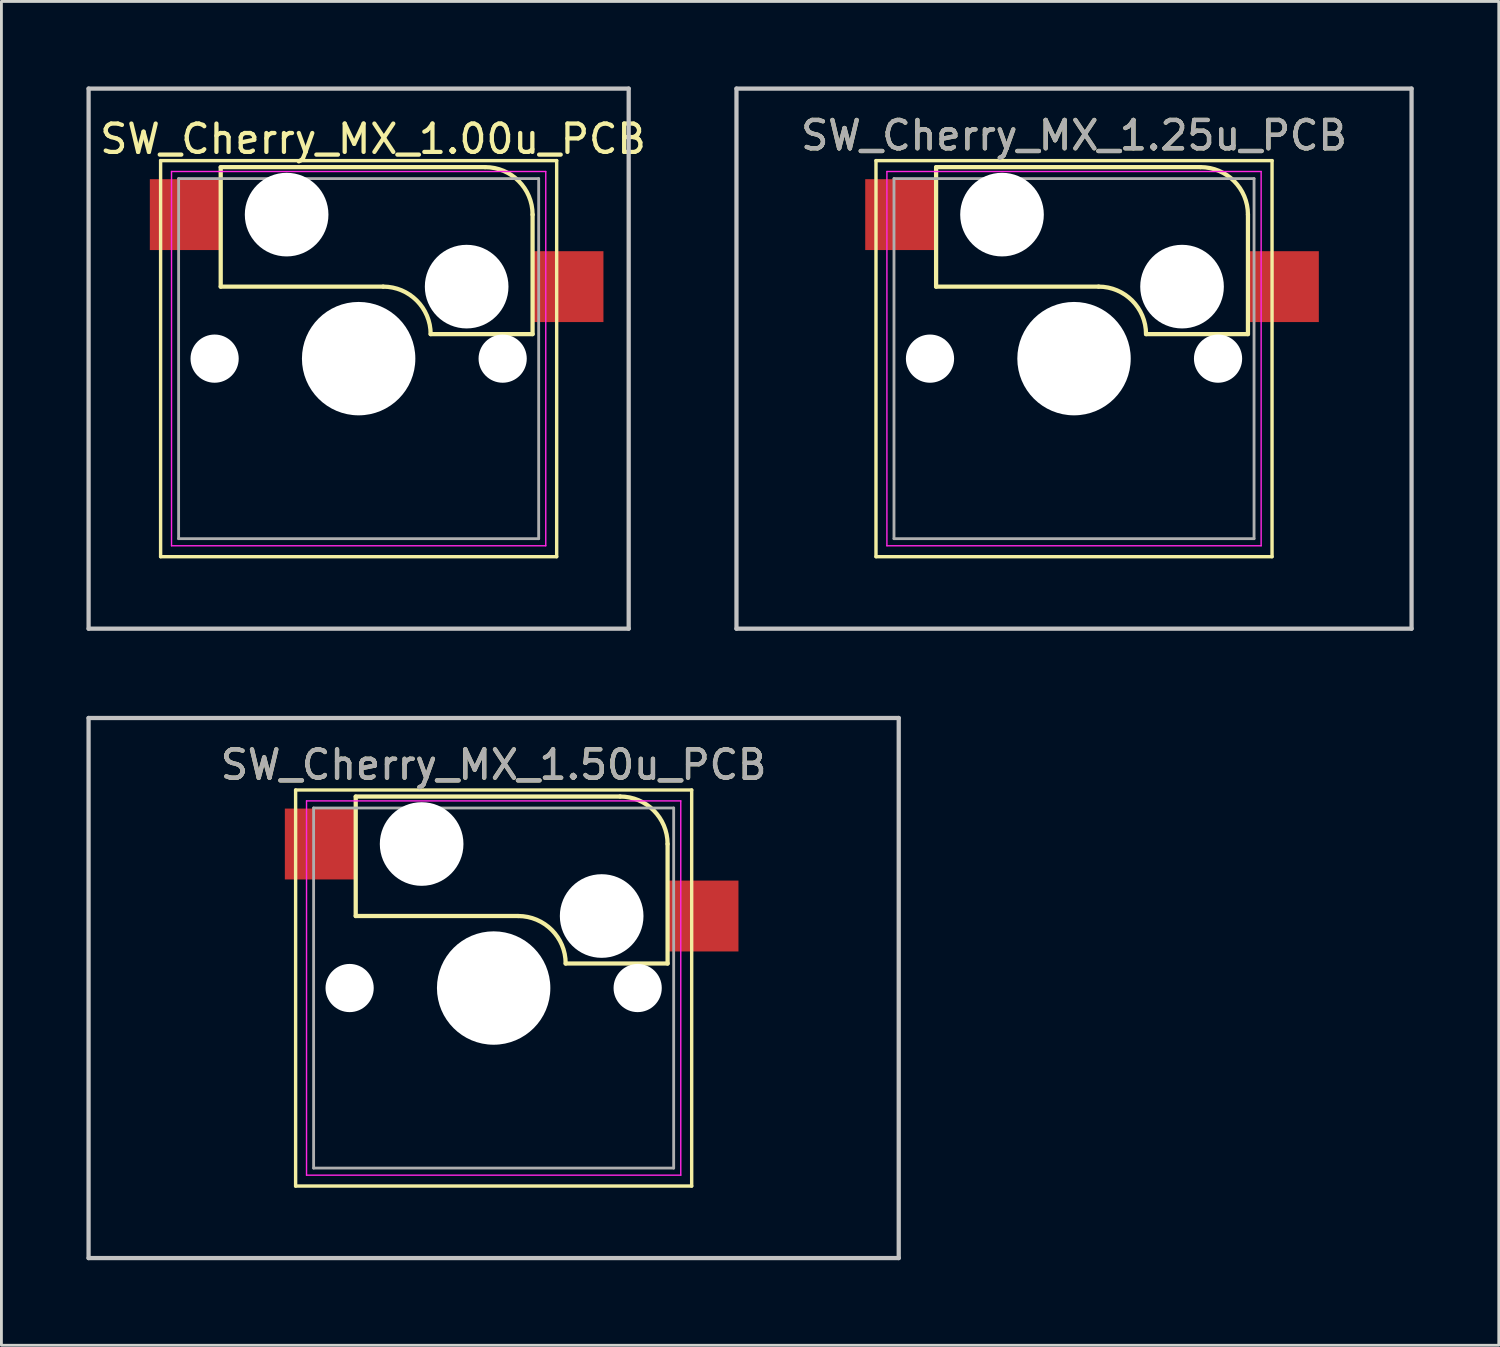
<source format=kicad_pcb>
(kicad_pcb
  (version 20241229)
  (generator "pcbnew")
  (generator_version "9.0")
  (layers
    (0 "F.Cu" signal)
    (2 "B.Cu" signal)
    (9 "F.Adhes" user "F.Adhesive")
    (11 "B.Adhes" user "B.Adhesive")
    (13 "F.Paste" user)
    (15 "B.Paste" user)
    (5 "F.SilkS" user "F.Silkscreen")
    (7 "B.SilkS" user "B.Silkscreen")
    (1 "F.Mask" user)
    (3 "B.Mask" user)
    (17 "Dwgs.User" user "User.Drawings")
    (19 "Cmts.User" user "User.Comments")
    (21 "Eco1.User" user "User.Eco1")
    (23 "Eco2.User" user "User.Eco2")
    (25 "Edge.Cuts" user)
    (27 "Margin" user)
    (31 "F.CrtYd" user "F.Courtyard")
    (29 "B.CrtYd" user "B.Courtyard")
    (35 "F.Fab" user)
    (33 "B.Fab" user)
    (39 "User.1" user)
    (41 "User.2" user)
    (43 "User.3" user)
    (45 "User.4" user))
  (footprint "SW_Cherry_MX_1.00u_PCB"
    (layer "F.Cu")
    (at 12.14 4.52)
    (property "Reference" "SW_Cherry_MX_1.00u_PCB" (at -2.032 -2.667 180) (layer "F.SilkS") (effects (font (size 1 1) (thickness 0.15))))
    (attr through_hole)
    (fp_line (start -9.525 -1.905) (end 4.445 -1.905) (stroke (width 0.12) (type solid)) (layer "F.SilkS"))
    (fp_line (start -9.525 12.065) (end -9.525 -1.905) (stroke (width 0.12) (type solid)) (layer "F.SilkS"))
    (fp_line (start -7.405 -1.67) (end -7.405 2.54) (stroke (width 0.15) (type solid)) (layer "F.SilkS"))
    (fp_line (start -1.675 2.54) (end -7.405 2.54) (stroke (width 0.15) (type solid)) (layer "F.SilkS"))
    (fp_line (start 1.92 -1.675) (end -7.405 -1.675) (stroke (width 0.15) (type solid)) (layer "F.SilkS"))
    (fp_line (start 3.595 0) (end 3.595 4.215) (stroke (width 0.15) (type solid)) (layer "F.SilkS"))
    (fp_line (start 3.595 4.215) (end 0 4.215) (stroke (width 0.15) (type solid)) (layer "F.SilkS"))
    (fp_line (start 4.445 -1.905) (end 4.445 12.065) (stroke (width 0.12) (type solid)) (layer "F.SilkS"))
    (fp_line (start 4.445 12.065) (end -9.525 12.065) (stroke (width 0.12) (type solid)) (layer "F.SilkS"))
    (fp_arc (start -1.675 2.54) (mid -0.490596 3.030596) (end 0 4.215) (stroke (width 0.15) (type solid)) (layer "F.SilkS"))
    (fp_arc (start 1.92 -1.675) (mid 3.104404 -1.184404) (end 3.595 0) (stroke (width 0.15) (type solid)) (layer "F.SilkS"))
    (fp_line (start -12.065 -4.445) (end 6.985 -4.445) (stroke (width 0.15) (type solid)) (layer "Dwgs.User"))
    (fp_line (start -12.065 14.605) (end -12.065 -4.445) (stroke (width 0.15) (type solid)) (layer "Dwgs.User"))
    (fp_line (start 6.985 -4.445) (end 6.985 14.605) (stroke (width 0.15) (type solid)) (layer "Dwgs.User"))
    (fp_line (start 6.985 14.605) (end -12.065 14.605) (stroke (width 0.15) (type solid)) (layer "Dwgs.User"))
    (fp_line (start -9.14 -1.52) (end 4.06 -1.52) (stroke (width 0.05) (type solid)) (layer "F.CrtYd"))
    (fp_line (start -9.14 11.68) (end -9.14 -1.52) (stroke (width 0.05) (type solid)) (layer "F.CrtYd"))
    (fp_line (start 4.06 -1.52) (end 4.06 11.68) (stroke (width 0.05) (type solid)) (layer "F.CrtYd"))
    (fp_line (start 4.06 11.68) (end -9.14 11.68) (stroke (width 0.05) (type solid)) (layer "F.CrtYd"))
    (fp_line (start -8.89 -1.27) (end 3.81 -1.27) (stroke (width 0.1) (type solid)) (layer "F.Fab"))
    (fp_line (start -8.89 11.43) (end -8.89 -1.27) (stroke (width 0.1) (type solid)) (layer "F.Fab"))
    (fp_line (start 3.81 -1.27) (end 3.81 11.43) (stroke (width 0.1) (type solid)) (layer "F.Fab"))
    (fp_line (start 3.81 11.43) (end -8.89 11.43) (stroke (width 0.1) (type solid)) (layer "F.Fab"))
    (pad "" np_thru_hole circle (at -7.62 5.08) (size 1.7 1.7) (drill 1.7) (layers "*.Cu" "*.Mask"))
    (pad "" np_thru_hole circle (at -5.08 0) (size 2.95 2.95) (drill 2.95) (layers "*.Cu" "*.Mask"))
    (pad "" np_thru_hole circle (at -2.54 5.08) (size 4 4) (drill 4) (layers "*.Cu" "*.Mask"))
    (pad "" np_thru_hole circle (at 1.27 2.54) (size 2.95 2.95) (drill 2.95) (layers "*.Cu" "*.Mask"))
    (pad "" np_thru_hole circle (at 2.54 5.08) (size 1.7 1.7) (drill 1.7) (layers "*.Cu" "*.Mask"))
    (pad "1" smd rect (at -8.63 0) (size 2.55 2.5) (layers "F.Cu" "F.Mask" "F.Paste"))
    (pad "2" smd rect (at 4.82 2.54) (size 2.55 2.5) (layers "F.Cu" "F.Mask" "F.Paste")))
  (footprint "SW_Cherry_MX_1.25u_PCB"
    (layer "F.Cu")
    (at 37.373 4.52)
    (property "Reference" "SW_Cherry_MX_1.25u_PCB" (at -2.54 -2.794 0) (layer "F.SilkS") (effects (font (size 1 1) (thickness 0.15))))
    (attr through_hole)
    (fp_line (start -9.525 -1.905) (end 4.445 -1.905) (stroke (width 0.12) (type solid)) (layer "F.SilkS"))
    (fp_line (start -9.525 12.065) (end -9.525 -1.905) (stroke (width 0.12) (type solid)) (layer "F.SilkS"))
    (fp_line (start -7.405 -1.67) (end -7.405 2.54) (stroke (width 0.15) (type solid)) (layer "F.SilkS"))
    (fp_line (start -1.675 2.54) (end -7.405 2.54) (stroke (width 0.15) (type solid)) (layer "F.SilkS"))
    (fp_line (start 1.92 -1.675) (end -7.405 -1.675) (stroke (width 0.15) (type solid)) (layer "F.SilkS"))
    (fp_line (start 3.595 0) (end 3.595 4.215) (stroke (width 0.15) (type solid)) (layer "F.SilkS"))
    (fp_line (start 3.595 4.215) (end 0 4.215) (stroke (width 0.15) (type solid)) (layer "F.SilkS"))
    (fp_line (start 4.445 -1.905) (end 4.445 12.065) (stroke (width 0.12) (type solid)) (layer "F.SilkS"))
    (fp_line (start 4.445 12.065) (end -9.525 12.065) (stroke (width 0.12) (type solid)) (layer "F.SilkS"))
    (fp_arc (start -1.675 2.54) (mid -0.490596 3.030596) (end 0 4.215) (stroke (width 0.15) (type solid)) (layer "F.SilkS"))
    (fp_arc (start 1.92 -1.675) (mid 3.104404 -1.184404) (end 3.595 0) (stroke (width 0.15) (type solid)) (layer "F.SilkS"))
    (fp_line (start -14.446 -4.445) (end 9.366 -4.445) (stroke (width 0.15) (type solid)) (layer "Dwgs.User"))
    (fp_line (start -14.446 14.605) (end -14.446 -4.445) (stroke (width 0.15) (type solid)) (layer "Dwgs.User"))
    (fp_line (start 9.366 -4.445) (end 9.366 14.605) (stroke (width 0.15) (type solid)) (layer "Dwgs.User"))
    (fp_line (start 9.366 14.605) (end -14.446 14.605) (stroke (width 0.15) (type solid)) (layer "Dwgs.User"))
    (fp_line (start -9.14 -1.52) (end 4.06 -1.52) (stroke (width 0.05) (type solid)) (layer "F.CrtYd"))
    (fp_line (start -9.14 11.68) (end -9.14 -1.52) (stroke (width 0.05) (type solid)) (layer "F.CrtYd"))
    (fp_line (start 4.06 -1.52) (end 4.06 11.68) (stroke (width 0.05) (type solid)) (layer "F.CrtYd"))
    (fp_line (start 4.06 11.68) (end -9.14 11.68) (stroke (width 0.05) (type solid)) (layer "F.CrtYd"))
    (fp_line (start -8.89 -1.27) (end 3.81 -1.27) (stroke (width 0.1) (type solid)) (layer "F.Fab"))
    (fp_line (start -8.89 11.43) (end -8.89 -1.27) (stroke (width 0.1) (type solid)) (layer "F.Fab"))
    (fp_line (start 3.81 -1.27) (end 3.81 11.43) (stroke (width 0.1) (type solid)) (layer "F.Fab"))
    (fp_line (start 3.81 11.43) (end -8.89 11.43) (stroke (width 0.1) (type solid)) (layer "F.Fab"))
    (fp_text user "${REFERENCE}" (at -2.54 -2.794 0) (layer "F.Fab") (effects (font (size 1 1) (thickness 0.15))))
    (pad "" np_thru_hole circle (at -7.62 5.08) (size 1.7 1.7) (drill 1.7) (layers "*.Cu" "*.Mask"))
    (pad "" np_thru_hole circle (at -5.08 0) (size 2.95 2.95) (drill 2.95) (layers "*.Cu" "*.Mask"))
    (pad "" np_thru_hole circle (at -2.54 5.08) (size 4 4) (drill 4) (layers "*.Cu" "*.Mask"))
    (pad "" np_thru_hole circle (at 1.27 2.54) (size 2.95 2.95) (drill 2.95) (layers "*.Cu" "*.Mask"))
    (pad "" np_thru_hole circle (at 2.54 5.08) (size 1.7 1.7) (drill 1.7) (layers "*.Cu" "*.Mask"))
    (pad "1" smd rect (at -8.63 0) (size 2.55 2.5) (layers "F.Cu" "F.Mask" "F.Paste"))
    (pad "2" smd rect (at 4.82 2.54) (size 2.55 2.5) (layers "F.Cu" "F.Mask" "F.Paste")))
  (footprint "SW_Cherry_MX_1.50u_PCB"
    (layer "F.Cu")
    (at 16.902 26.72)
    (property "Reference" "SW_Cherry_MX_1.50u_PCB" (at -2.54 -2.794 0) (layer "F.SilkS") (effects (font (size 1 1) (thickness 0.15))))
    (attr through_hole)
    (fp_line (start -9.525 -1.905) (end 4.445 -1.905) (stroke (width 0.12) (type solid)) (layer "F.SilkS"))
    (fp_line (start -9.525 12.065) (end -9.525 -1.905) (stroke (width 0.12) (type solid)) (layer "F.SilkS"))
    (fp_line (start -7.405 -1.67) (end -7.405 2.54) (stroke (width 0.15) (type solid)) (layer "F.SilkS"))
    (fp_line (start -1.675 2.54) (end -7.405 2.54) (stroke (width 0.15) (type solid)) (layer "F.SilkS"))
    (fp_line (start 1.92 -1.675) (end -7.405 -1.675) (stroke (width 0.15) (type solid)) (layer "F.SilkS"))
    (fp_line (start 3.595 0) (end 3.595 4.215) (stroke (width 0.15) (type solid)) (layer "F.SilkS"))
    (fp_line (start 3.595 4.215) (end 0 4.215) (stroke (width 0.15) (type solid)) (layer "F.SilkS"))
    (fp_line (start 4.445 -1.905) (end 4.445 12.065) (stroke (width 0.12) (type solid)) (layer "F.SilkS"))
    (fp_line (start 4.445 12.065) (end -9.525 12.065) (stroke (width 0.12) (type solid)) (layer "F.SilkS"))
    (fp_arc (start -1.675 2.54) (mid -0.490596 3.030596) (end 0 4.215) (stroke (width 0.15) (type solid)) (layer "F.SilkS"))
    (fp_arc (start 1.92 -1.675) (mid 3.104404 -1.184404) (end 3.595 0) (stroke (width 0.15) (type solid)) (layer "F.SilkS"))
    (fp_line (start -16.828 -4.445) (end 11.748 -4.445) (stroke (width 0.15) (type solid)) (layer "Dwgs.User"))
    (fp_line (start -16.828 14.605) (end -16.828 -4.445) (stroke (width 0.15) (type solid)) (layer "Dwgs.User"))
    (fp_line (start 11.748 -4.445) (end 11.748 14.605) (stroke (width 0.15) (type solid)) (layer "Dwgs.User"))
    (fp_line (start 11.748 14.605) (end -16.828 14.605) (stroke (width 0.15) (type solid)) (layer "Dwgs.User"))
    (fp_line (start -9.14 -1.52) (end 4.06 -1.52) (stroke (width 0.05) (type solid)) (layer "F.CrtYd"))
    (fp_line (start -9.14 11.68) (end -9.14 -1.52) (stroke (width 0.05) (type solid)) (layer "F.CrtYd"))
    (fp_line (start 4.06 -1.52) (end 4.06 11.68) (stroke (width 0.05) (type solid)) (layer "F.CrtYd"))
    (fp_line (start 4.06 11.68) (end -9.14 11.68) (stroke (width 0.05) (type solid)) (layer "F.CrtYd"))
    (fp_line (start -8.89 -1.27) (end 3.81 -1.27) (stroke (width 0.1) (type solid)) (layer "F.Fab"))
    (fp_line (start -8.89 11.43) (end -8.89 -1.27) (stroke (width 0.1) (type solid)) (layer "F.Fab"))
    (fp_line (start 3.81 -1.27) (end 3.81 11.43) (stroke (width 0.1) (type solid)) (layer "F.Fab"))
    (fp_line (start 3.81 11.43) (end -8.89 11.43) (stroke (width 0.1) (type solid)) (layer "F.Fab"))
    (fp_text user "${REFERENCE}" (at -2.54 -2.794 0) (layer "F.Fab") (effects (font (size 1 1) (thickness 0.15))))
    (pad "" np_thru_hole circle (at -7.62 5.08) (size 1.7 1.7) (drill 1.7) (layers "*.Cu" "*.Mask"))
    (pad "" np_thru_hole circle (at -5.08 0) (size 2.95 2.95) (drill 2.95) (layers "*.Cu" "*.Mask"))
    (pad "" np_thru_hole circle (at -2.54 5.08) (size 4 4) (drill 4) (layers "*.Cu" "*.Mask"))
    (pad "" np_thru_hole circle (at 1.27 2.54) (size 2.95 2.95) (drill 2.95) (layers "*.Cu" "*.Mask"))
    (pad "" np_thru_hole circle (at 2.54 5.08) (size 1.7 1.7) (drill 1.7) (layers "*.Cu" "*.Mask"))
    (pad "1" smd rect (at -8.63 0) (size 2.55 2.5) (layers "F.Cu" "F.Mask" "F.Paste"))
    (pad "2" smd rect (at 4.82 2.54) (size 2.55 2.5) (layers "F.Cu" "F.Mask" "F.Paste")))
  (gr_rect
    (start -3 -3)
    (end 49.815 44.4)
    (stroke (width 0.1) (type default))
    (fill no)
    (layer "Edge.Cuts")))
</source>
